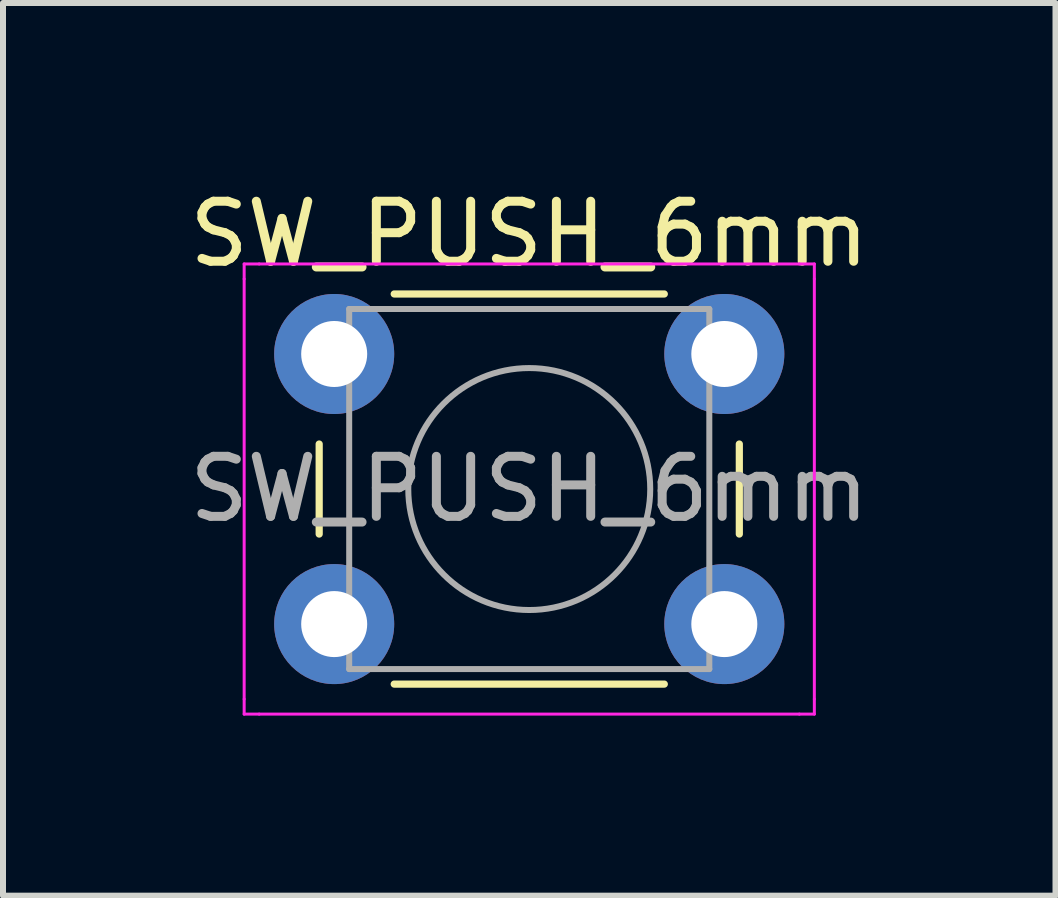
<source format=kicad_pcb>
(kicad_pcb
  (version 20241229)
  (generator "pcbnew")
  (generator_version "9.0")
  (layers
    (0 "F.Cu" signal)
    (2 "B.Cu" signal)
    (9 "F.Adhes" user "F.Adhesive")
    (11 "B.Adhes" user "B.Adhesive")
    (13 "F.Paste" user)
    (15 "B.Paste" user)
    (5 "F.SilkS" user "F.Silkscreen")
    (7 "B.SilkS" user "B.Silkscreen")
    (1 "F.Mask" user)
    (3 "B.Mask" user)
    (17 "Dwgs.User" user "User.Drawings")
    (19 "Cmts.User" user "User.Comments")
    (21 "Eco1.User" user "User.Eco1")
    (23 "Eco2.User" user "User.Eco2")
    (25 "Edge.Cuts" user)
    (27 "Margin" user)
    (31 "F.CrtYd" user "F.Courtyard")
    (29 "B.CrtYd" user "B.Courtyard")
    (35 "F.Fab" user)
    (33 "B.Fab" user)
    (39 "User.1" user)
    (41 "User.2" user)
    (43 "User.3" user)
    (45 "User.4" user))
  (footprint "SW_PUSH_6mm"
    (layer "F.Cu")
    (at 2.518 2.848)
    (property "Reference" "SW_PUSH_6mm" (at 3.25 -2 180) (layer "F.SilkS") (effects (font (size 1 1) (thickness 0.15))))
    (attr through_hole)
    (fp_line (start -0.25 1.5) (end -0.25 3) (stroke (width 0.12) (type solid)) (layer "F.SilkS"))
    (fp_line (start 1 5.5) (end 5.5 5.5) (stroke (width 0.12) (type solid)) (layer "F.SilkS"))
    (fp_line (start 5.5 -1) (end 1 -1) (stroke (width 0.12) (type solid)) (layer "F.SilkS"))
    (fp_line (start 6.75 3) (end 6.75 1.5) (stroke (width 0.12) (type solid)) (layer "F.SilkS"))
    (fp_line (start -1.5 -1.5) (end -1.25 -1.5) (stroke (width 0.05) (type solid)) (layer "F.CrtYd"))
    (fp_line (start -1.5 -1.25) (end -1.5 -1.5) (stroke (width 0.05) (type solid)) (layer "F.CrtYd"))
    (fp_line (start -1.5 5.75) (end -1.5 -1.25) (stroke (width 0.05) (type solid)) (layer "F.CrtYd"))
    (fp_line (start -1.5 5.75) (end -1.5 6) (stroke (width 0.05) (type solid)) (layer "F.CrtYd"))
    (fp_line (start -1.5 6) (end -1.25 6) (stroke (width 0.05) (type solid)) (layer "F.CrtYd"))
    (fp_line (start -1.25 -1.5) (end 7.75 -1.5) (stroke (width 0.05) (type solid)) (layer "F.CrtYd"))
    (fp_line (start 7.75 -1.5) (end 8 -1.5) (stroke (width 0.05) (type solid)) (layer "F.CrtYd"))
    (fp_line (start 7.75 6) (end -1.25 6) (stroke (width 0.05) (type solid)) (layer "F.CrtYd"))
    (fp_line (start 7.75 6) (end 8 6) (stroke (width 0.05) (type solid)) (layer "F.CrtYd"))
    (fp_line (start 8 -1.5) (end 8 -1.25) (stroke (width 0.05) (type solid)) (layer "F.CrtYd"))
    (fp_line (start 8 -1.25) (end 8 5.75) (stroke (width 0.05) (type solid)) (layer "F.CrtYd"))
    (fp_line (start 8 6) (end 8 5.75) (stroke (width 0.05) (type solid)) (layer "F.CrtYd"))
    (fp_line (start 0.25 -0.75) (end 3.25 -0.75) (stroke (width 0.1) (type solid)) (layer "F.Fab"))
    (fp_line (start 0.25 5.25) (end 0.25 -0.75) (stroke (width 0.1) (type solid)) (layer "F.Fab"))
    (fp_line (start 3.25 -0.75) (end 6.25 -0.75) (stroke (width 0.1) (type solid)) (layer "F.Fab"))
    (fp_line (start 6.25 -0.75) (end 6.25 5.25) (stroke (width 0.1) (type solid)) (layer "F.Fab"))
    (fp_line (start 6.25 5.25) (end 0.25 5.25) (stroke (width 0.1) (type solid)) (layer "F.Fab"))
    (fp_circle (center 3.25 2.25) (end 1.25 2.5) (stroke (width 0.1) (type solid)) (fill no) (layer "F.Fab"))
    (fp_text user "${REFERENCE}" (at 3.25 2.25 180) (layer "F.Fab") (effects (font (size 1 1) (thickness 0.15))))
    (pad "1" thru_hole circle (at 0 0 90) (size 2 2) (drill 1.1) (layers "*.Cu" "*.Mask"))
    (pad "2" thru_hole circle (at 6.5 4.5 90) (size 2 2) (drill 1.1) (layers "*.Cu" "*.Mask"))
    (pad "3" thru_hole circle (at 6.5 0 90) (size 2 2) (drill 1.1) (layers "*.Cu" "*.Mask"))
    (pad "4" thru_hole circle (at 0 4.5 90) (size 2 2) (drill 1.1) (layers "*.Cu" "*.Mask")))
  (gr_rect
    (start -3 -3)
    (end 14.536 11.873)
    (stroke (width 0.1) (type default))
    (fill no)
    (layer "Edge.Cuts")))
</source>
